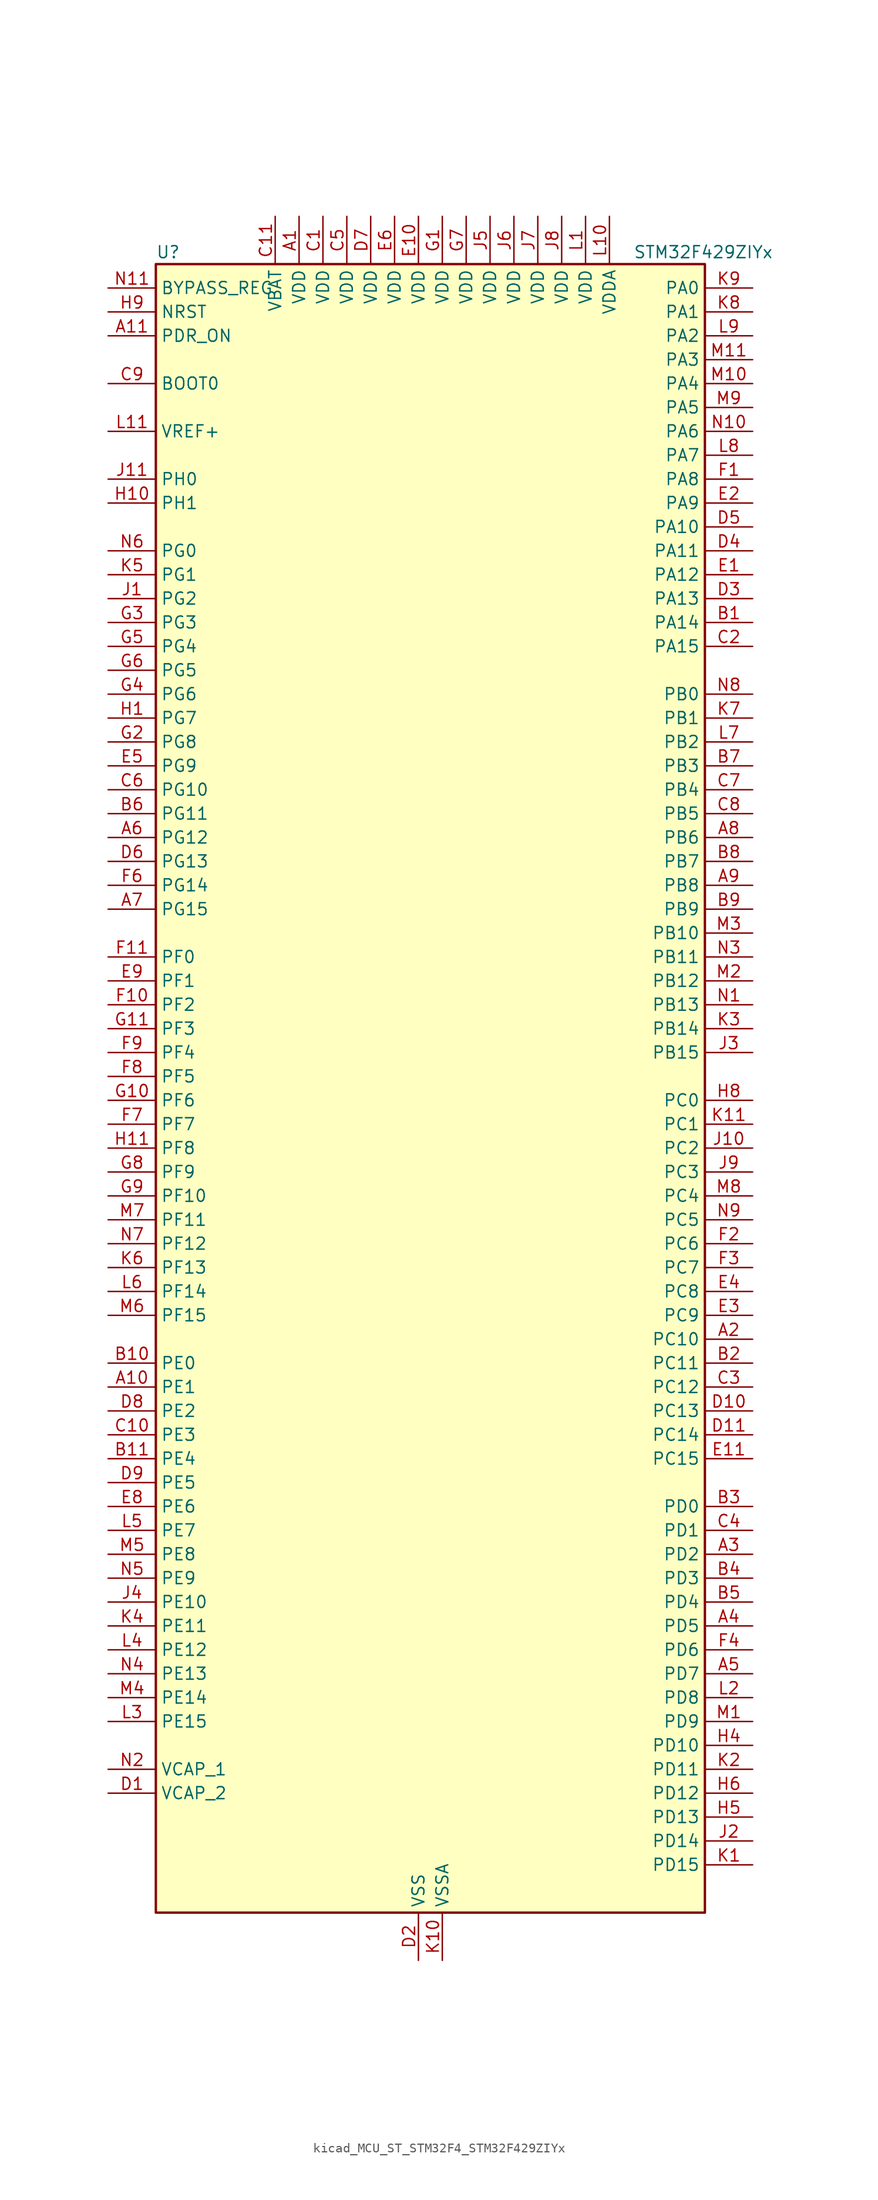
<source format=kicad_sym>
(kicad_symbol_lib
  (version 20220914)
  (generator kicad_symbol_editor)
  (symbol "kicad_MCU_ST_STM32F4_STM32F429ZIYx"
    (property "Reference" "U"
      (at -27.94 90.17 0)
      (effects (font (size 1.27 1.27)) (justify left)))
    (property "Value" "STM32F429ZIYx"
      (at 22.86 90.17 0)
      (effects (font (size 1.27 1.27)) (justify left)))
    (property "ki_locked" ""
      (at 0 0 0)
      (effects (font (size 1.27 1.27))))
    (symbol "kicad_MCU_ST_STM32F4_STM32F429ZIYx_0_1"
      (rectangle (start -27.94 -86.36) (end 30.48 88.9) (stroke (width 0.254) (type default)) (fill (type background))))
    (symbol "kicad_MCU_ST_STM32F4_STM32F429ZIYx_1_1"
      (pin power_in line (at -12.7 93.98 270) (length 5.08) (name "VDD" (effects (font (size 1.27 1.27)))) (number "A1" (effects (font (size 1.27 1.27)))))
      (pin bidirectional line (at -33.02 -30.48 0) (length 5.08) (name "PE1" (effects (font (size 1.27 1.27)))) (number "A10" (effects (font (size 1.27 1.27)))) (alternate "DCMI_D3" bidirectional line) (alternate "FMC_NBL1" bidirectional line) (alternate "UART8_TX" bidirectional line))
      (pin input line (at -33.02 81.28 0) (length 5.08) (name "PDR_ON" (effects (font (size 1.27 1.27)))) (number "A11" (effects (font (size 1.27 1.27)))))
      (pin bidirectional line (at 35.56 -25.4 180) (length 5.08) (name "PC10" (effects (font (size 1.27 1.27)))) (number "A2" (effects (font (size 1.27 1.27)))) (alternate "DCMI_D8" bidirectional line) (alternate "I2S3_CK" bidirectional line) (alternate "LTDC_R2" bidirectional line) (alternate "SDIO_D2" bidirectional line) (alternate "SPI3_SCK" bidirectional line) (alternate "UART4_TX" bidirectional line) (alternate "USART3_TX" bidirectional line))
      (pin bidirectional line (at 35.56 -48.26 180) (length 5.08) (name "PD2" (effects (font (size 1.27 1.27)))) (number "A3" (effects (font (size 1.27 1.27)))) (alternate "DCMI_D11" bidirectional line) (alternate "SDIO_CMD" bidirectional line) (alternate "TIM3_ETR" bidirectional line) (alternate "UART5_RX" bidirectional line))
      (pin bidirectional line (at 35.56 -55.88 180) (length 5.08) (name "PD5" (effects (font (size 1.27 1.27)))) (number "A4" (effects (font (size 1.27 1.27)))) (alternate "FMC_NWE" bidirectional line) (alternate "USART2_TX" bidirectional line))
      (pin bidirectional line (at 35.56 -60.96 180) (length 5.08) (name "PD7" (effects (font (size 1.27 1.27)))) (number "A5" (effects (font (size 1.27 1.27)))) (alternate "FMC_NCE2" bidirectional line) (alternate "FMC_NE1" bidirectional line) (alternate "USART2_CK" bidirectional line))
      (pin bidirectional line (at -33.02 27.94 0) (length 5.08) (name "PG12" (effects (font (size 1.27 1.27)))) (number "A6" (effects (font (size 1.27 1.27)))) (alternate "FMC_NE4" bidirectional line) (alternate "LTDC_B1" bidirectional line) (alternate "LTDC_B4" bidirectional line) (alternate "SPI6_MISO" bidirectional line) (alternate "USART6_RTS" bidirectional line))
      (pin bidirectional line (at -33.02 20.32 0) (length 5.08) (name "PG15" (effects (font (size 1.27 1.27)))) (number "A7" (effects (font (size 1.27 1.27)))) (alternate "ADC1_EXTI15" bidirectional line) (alternate "ADC2_EXTI15" bidirectional line) (alternate "ADC3_EXTI15" bidirectional line) (alternate "DCMI_D13" bidirectional line) (alternate "FMC_SDNCAS" bidirectional line) (alternate "USART6_CTS" bidirectional line))
      (pin bidirectional line (at 35.56 27.94 180) (length 5.08) (name "PB6" (effects (font (size 1.27 1.27)))) (number "A8" (effects (font (size 1.27 1.27)))) (alternate "CAN2_TX" bidirectional line) (alternate "DCMI_D5" bidirectional line) (alternate "FMC_SDNE1" bidirectional line) (alternate "I2C1_SCL" bidirectional line) (alternate "TIM4_CH1" bidirectional line) (alternate "USART1_TX" bidirectional line))
      (pin bidirectional line (at 35.56 22.86 180) (length 5.08) (name "PB8" (effects (font (size 1.27 1.27)))) (number "A9" (effects (font (size 1.27 1.27)))) (alternate "CAN1_RX" bidirectional line) (alternate "DCMI_D6" bidirectional line) (alternate "ETH_TXD3" bidirectional line) (alternate "I2C1_SCL" bidirectional line) (alternate "LTDC_B6" bidirectional line) (alternate "SDIO_D4" bidirectional line) (alternate "TIM10_CH1" bidirectional line) (alternate "TIM4_CH3" bidirectional line))
      (pin bidirectional line (at 35.56 50.8 180) (length 5.08) (name "PA14" (effects (font (size 1.27 1.27)))) (number "B1" (effects (font (size 1.27 1.27)))) (alternate "SYS_JTCK-SWCLK" bidirectional line))
      (pin bidirectional line (at -33.02 -27.94 0) (length 5.08) (name "PE0" (effects (font (size 1.27 1.27)))) (number "B10" (effects (font (size 1.27 1.27)))) (alternate "DCMI_D2" bidirectional line) (alternate "FMC_NBL0" bidirectional line) (alternate "TIM4_ETR" bidirectional line) (alternate "UART8_RX" bidirectional line))
      (pin bidirectional line (at -33.02 -38.1 0) (length 5.08) (name "PE4" (effects (font (size 1.27 1.27)))) (number "B11" (effects (font (size 1.27 1.27)))) (alternate "DCMI_D4" bidirectional line) (alternate "FMC_A20" bidirectional line) (alternate "LTDC_B0" bidirectional line) (alternate "SAI1_FS_A" bidirectional line) (alternate "SPI4_NSS" bidirectional line) (alternate "SYS_TRACED1" bidirectional line))
      (pin bidirectional line (at 35.56 -27.94 180) (length 5.08) (name "PC11" (effects (font (size 1.27 1.27)))) (number "B2" (effects (font (size 1.27 1.27)))) (alternate "ADC1_EXTI11" bidirectional line) (alternate "ADC2_EXTI11" bidirectional line) (alternate "ADC3_EXTI11" bidirectional line) (alternate "DCMI_D4" bidirectional line) (alternate "I2S3_ext_SD" bidirectional line) (alternate "SDIO_D3" bidirectional line) (alternate "SPI3_MISO" bidirectional line) (alternate "UART4_RX" bidirectional line) (alternate "USART3_RX" bidirectional line))
      (pin bidirectional line (at 35.56 -43.18 180) (length 5.08) (name "PD0" (effects (font (size 1.27 1.27)))) (number "B3" (effects (font (size 1.27 1.27)))) (alternate "CAN1_RX" bidirectional line) (alternate "FMC_D2" bidirectional line) (alternate "FMC_DA2" bidirectional line))
      (pin bidirectional line (at 35.56 -50.8 180) (length 5.08) (name "PD3" (effects (font (size 1.27 1.27)))) (number "B4" (effects (font (size 1.27 1.27)))) (alternate "DCMI_D5" bidirectional line) (alternate "FMC_CLK" bidirectional line) (alternate "I2S2_CK" bidirectional line) (alternate "LTDC_G7" bidirectional line) (alternate "SPI2_SCK" bidirectional line) (alternate "USART2_CTS" bidirectional line))
      (pin bidirectional line (at 35.56 -53.34 180) (length 5.08) (name "PD4" (effects (font (size 1.27 1.27)))) (number "B5" (effects (font (size 1.27 1.27)))) (alternate "FMC_NOE" bidirectional line) (alternate "USART2_RTS" bidirectional line))
      (pin bidirectional line (at -33.02 30.48 0) (length 5.08) (name "PG11" (effects (font (size 1.27 1.27)))) (number "B6" (effects (font (size 1.27 1.27)))) (alternate "ADC1_EXTI11" bidirectional line) (alternate "ADC2_EXTI11" bidirectional line) (alternate "ADC3_EXTI11" bidirectional line) (alternate "DCMI_D3" bidirectional line) (alternate "ETH_TX_EN" bidirectional line) (alternate "FMC_NCE4_2" bidirectional line) (alternate "LTDC_B3" bidirectional line))
      (pin bidirectional line (at 35.56 35.56 180) (length 5.08) (name "PB3" (effects (font (size 1.27 1.27)))) (number "B7" (effects (font (size 1.27 1.27)))) (alternate "I2S3_CK" bidirectional line) (alternate "SPI1_SCK" bidirectional line) (alternate "SPI3_SCK" bidirectional line) (alternate "SYS_JTDO-SWO" bidirectional line) (alternate "TIM2_CH2" bidirectional line))
      (pin bidirectional line (at 35.56 25.4 180) (length 5.08) (name "PB7" (effects (font (size 1.27 1.27)))) (number "B8" (effects (font (size 1.27 1.27)))) (alternate "DCMI_VSYNC" bidirectional line) (alternate "FMC_NL" bidirectional line) (alternate "I2C1_SDA" bidirectional line) (alternate "TIM4_CH2" bidirectional line) (alternate "USART1_RX" bidirectional line))
      (pin bidirectional line (at 35.56 20.32 180) (length 5.08) (name "PB9" (effects (font (size 1.27 1.27)))) (number "B9" (effects (font (size 1.27 1.27)))) (alternate "CAN1_TX" bidirectional line) (alternate "DAC_EXTI9" bidirectional line) (alternate "DCMI_D7" bidirectional line) (alternate "I2C1_SDA" bidirectional line) (alternate "I2S2_WS" bidirectional line) (alternate "LTDC_B7" bidirectional line) (alternate "SDIO_D5" bidirectional line) (alternate "SPI2_NSS" bidirectional line) (alternate "TIM11_CH1" bidirectional line) (alternate "TIM4_CH4" bidirectional line))
      (pin power_in line (at -10.16 93.98 270) (length 5.08) (name "VDD" (effects (font (size 1.27 1.27)))) (number "C1" (effects (font (size 1.27 1.27)))))
      (pin bidirectional line (at -33.02 -35.56 0) (length 5.08) (name "PE3" (effects (font (size 1.27 1.27)))) (number "C10" (effects (font (size 1.27 1.27)))) (alternate "FMC_A19" bidirectional line) (alternate "SAI1_SD_B" bidirectional line) (alternate "SYS_TRACED0" bidirectional line))
      (pin power_in line (at -15.24 93.98 270) (length 5.08) (name "VBAT" (effects (font (size 1.27 1.27)))) (number "C11" (effects (font (size 1.27 1.27)))))
      (pin bidirectional line (at 35.56 48.26 180) (length 5.08) (name "PA15" (effects (font (size 1.27 1.27)))) (number "C2" (effects (font (size 1.27 1.27)))) (alternate "ADC1_EXTI15" bidirectional line) (alternate "ADC2_EXTI15" bidirectional line) (alternate "ADC3_EXTI15" bidirectional line) (alternate "I2S3_WS" bidirectional line) (alternate "SPI1_NSS" bidirectional line) (alternate "SPI3_NSS" bidirectional line) (alternate "SYS_JTDI" bidirectional line) (alternate "TIM2_CH1" bidirectional line) (alternate "TIM2_ETR" bidirectional line))
      (pin bidirectional line (at 35.56 -30.48 180) (length 5.08) (name "PC12" (effects (font (size 1.27 1.27)))) (number "C3" (effects (font (size 1.27 1.27)))) (alternate "DCMI_D9" bidirectional line) (alternate "I2S3_SD" bidirectional line) (alternate "SDIO_CK" bidirectional line) (alternate "SPI3_MOSI" bidirectional line) (alternate "UART5_TX" bidirectional line) (alternate "USART3_CK" bidirectional line))
      (pin bidirectional line (at 35.56 -45.72 180) (length 5.08) (name "PD1" (effects (font (size 1.27 1.27)))) (number "C4" (effects (font (size 1.27 1.27)))) (alternate "CAN1_TX" bidirectional line) (alternate "FMC_D3" bidirectional line) (alternate "FMC_DA3" bidirectional line))
      (pin power_in line (at -7.62 93.98 270) (length 5.08) (name "VDD" (effects (font (size 1.27 1.27)))) (number "C5" (effects (font (size 1.27 1.27)))))
      (pin bidirectional line (at -33.02 33.02 0) (length 5.08) (name "PG10" (effects (font (size 1.27 1.27)))) (number "C6" (effects (font (size 1.27 1.27)))) (alternate "DCMI_D2" bidirectional line) (alternate "FMC_NCE4_1" bidirectional line) (alternate "FMC_NE3" bidirectional line) (alternate "LTDC_B2" bidirectional line) (alternate "LTDC_G3" bidirectional line))
      (pin bidirectional line (at 35.56 33.02 180) (length 5.08) (name "PB4" (effects (font (size 1.27 1.27)))) (number "C7" (effects (font (size 1.27 1.27)))) (alternate "I2S3_ext_SD" bidirectional line) (alternate "SPI1_MISO" bidirectional line) (alternate "SPI3_MISO" bidirectional line) (alternate "SYS_JTRST" bidirectional line) (alternate "TIM3_CH1" bidirectional line))
      (pin bidirectional line (at 35.56 30.48 180) (length 5.08) (name "PB5" (effects (font (size 1.27 1.27)))) (number "C8" (effects (font (size 1.27 1.27)))) (alternate "CAN2_RX" bidirectional line) (alternate "DCMI_D10" bidirectional line) (alternate "ETH_PPS_OUT" bidirectional line) (alternate "FMC_SDCKE1" bidirectional line) (alternate "I2C1_SMBA" bidirectional line) (alternate "I2S3_SD" bidirectional line) (alternate "SPI1_MOSI" bidirectional line) (alternate "SPI3_MOSI" bidirectional line) (alternate "TIM3_CH2" bidirectional line) (alternate "USB_OTG_HS_ULPI_D7" bidirectional line))
      (pin input line (at -33.02 76.2 0) (length 5.08) (name "BOOT0" (effects (font (size 1.27 1.27)))) (number "C9" (effects (font (size 1.27 1.27)))))
      (pin power_out line (at -33.02 -73.66 0) (length 5.08) (name "VCAP_2" (effects (font (size 1.27 1.27)))) (number "D1" (effects (font (size 1.27 1.27)))))
      (pin bidirectional line (at 35.56 -33.02 180) (length 5.08) (name "PC13" (effects (font (size 1.27 1.27)))) (number "D10" (effects (font (size 1.27 1.27)))) (alternate "RTC_AF1" bidirectional line))
      (pin bidirectional line (at 35.56 -35.56 180) (length 5.08) (name "PC14" (effects (font (size 1.27 1.27)))) (number "D11" (effects (font (size 1.27 1.27)))) (alternate "RCC_OSC32_IN" bidirectional line))
      (pin power_in line (at 0 -91.44 90) (length 5.08) (name "VSS" (effects (font (size 1.27 1.27)))) (number "D2" (effects (font (size 1.27 1.27)))))
      (pin bidirectional line (at 35.56 53.34 180) (length 5.08) (name "PA13" (effects (font (size 1.27 1.27)))) (number "D3" (effects (font (size 1.27 1.27)))) (alternate "SYS_JTMS-SWDIO" bidirectional line))
      (pin bidirectional line (at 35.56 58.42 180) (length 5.08) (name "PA11" (effects (font (size 1.27 1.27)))) (number "D4" (effects (font (size 1.27 1.27)))) (alternate "ADC1_EXTI11" bidirectional line) (alternate "ADC2_EXTI11" bidirectional line) (alternate "ADC3_EXTI11" bidirectional line) (alternate "CAN1_RX" bidirectional line) (alternate "LTDC_R4" bidirectional line) (alternate "TIM1_CH4" bidirectional line) (alternate "USART1_CTS" bidirectional line) (alternate "USB_OTG_FS_DM" bidirectional line))
      (pin bidirectional line (at 35.56 60.96 180) (length 5.08) (name "PA10" (effects (font (size 1.27 1.27)))) (number "D5" (effects (font (size 1.27 1.27)))) (alternate "DCMI_D1" bidirectional line) (alternate "TIM1_CH3" bidirectional line) (alternate "USART1_RX" bidirectional line) (alternate "USB_OTG_FS_ID" bidirectional line))
      (pin bidirectional line (at -33.02 25.4 0) (length 5.08) (name "PG13" (effects (font (size 1.27 1.27)))) (number "D6" (effects (font (size 1.27 1.27)))) (alternate "ETH_TXD0" bidirectional line) (alternate "FMC_A24" bidirectional line) (alternate "SPI6_SCK" bidirectional line) (alternate "USART6_CTS" bidirectional line))
      (pin power_in line (at -5.08 93.98 270) (length 5.08) (name "VDD" (effects (font (size 1.27 1.27)))) (number "D7" (effects (font (size 1.27 1.27)))))
      (pin bidirectional line (at -33.02 -33.02 0) (length 5.08) (name "PE2" (effects (font (size 1.27 1.27)))) (number "D8" (effects (font (size 1.27 1.27)))) (alternate "ETH_TXD3" bidirectional line) (alternate "FMC_A23" bidirectional line) (alternate "SAI1_MCLK_A" bidirectional line) (alternate "SPI4_SCK" bidirectional line) (alternate "SYS_TRACECLK" bidirectional line))
      (pin bidirectional line (at -33.02 -40.64 0) (length 5.08) (name "PE5" (effects (font (size 1.27 1.27)))) (number "D9" (effects (font (size 1.27 1.27)))) (alternate "DCMI_D6" bidirectional line) (alternate "FMC_A21" bidirectional line) (alternate "LTDC_G0" bidirectional line) (alternate "SAI1_SCK_A" bidirectional line) (alternate "SPI4_MISO" bidirectional line) (alternate "SYS_TRACED2" bidirectional line) (alternate "TIM9_CH1" bidirectional line))
      (pin bidirectional line (at 35.56 55.88 180) (length 5.08) (name "PA12" (effects (font (size 1.27 1.27)))) (number "E1" (effects (font (size 1.27 1.27)))) (alternate "CAN1_TX" bidirectional line) (alternate "LTDC_R5" bidirectional line) (alternate "TIM1_ETR" bidirectional line) (alternate "USART1_RTS" bidirectional line) (alternate "USB_OTG_FS_DP" bidirectional line))
      (pin power_in line (at 0 93.98 270) (length 5.08) (name "VDD" (effects (font (size 1.27 1.27)))) (number "E10" (effects (font (size 1.27 1.27)))))
      (pin bidirectional line (at 35.56 -38.1 180) (length 5.08) (name "PC15" (effects (font (size 1.27 1.27)))) (number "E11" (effects (font (size 1.27 1.27)))) (alternate "ADC1_EXTI15" bidirectional line) (alternate "ADC2_EXTI15" bidirectional line) (alternate "ADC3_EXTI15" bidirectional line) (alternate "RCC_OSC32_OUT" bidirectional line))
      (pin bidirectional line (at 35.56 63.5 180) (length 5.08) (name "PA9" (effects (font (size 1.27 1.27)))) (number "E2" (effects (font (size 1.27 1.27)))) (alternate "DAC_EXTI9" bidirectional line) (alternate "DCMI_D0" bidirectional line) (alternate "I2C3_SMBA" bidirectional line) (alternate "TIM1_CH2" bidirectional line) (alternate "USART1_TX" bidirectional line) (alternate "USB_OTG_FS_VBUS" bidirectional line))
      (pin bidirectional line (at 35.56 -22.86 180) (length 5.08) (name "PC9" (effects (font (size 1.27 1.27)))) (number "E3" (effects (font (size 1.27 1.27)))) (alternate "DAC_EXTI9" bidirectional line) (alternate "DCMI_D3" bidirectional line) (alternate "I2C3_SDA" bidirectional line) (alternate "I2S_CKIN" bidirectional line) (alternate "RCC_MCO_2" bidirectional line) (alternate "SDIO_D1" bidirectional line) (alternate "TIM3_CH4" bidirectional line) (alternate "TIM8_CH4" bidirectional line))
      (pin bidirectional line (at 35.56 -20.32 180) (length 5.08) (name "PC8" (effects (font (size 1.27 1.27)))) (number "E4" (effects (font (size 1.27 1.27)))) (alternate "DCMI_D2" bidirectional line) (alternate "SDIO_D0" bidirectional line) (alternate "TIM3_CH3" bidirectional line) (alternate "TIM8_CH3" bidirectional line) (alternate "USART6_CK" bidirectional line))
      (pin bidirectional line (at -33.02 35.56 0) (length 5.08) (name "PG9" (effects (font (size 1.27 1.27)))) (number "E5" (effects (font (size 1.27 1.27)))) (alternate "DAC_EXTI9" bidirectional line) (alternate "DCMI_VSYNC" bidirectional line) (alternate "FMC_NCE3" bidirectional line) (alternate "FMC_NE2" bidirectional line) (alternate "USART6_RX" bidirectional line))
      (pin power_in line (at -2.54 93.98 270) (length 5.08) (name "VDD" (effects (font (size 1.27 1.27)))) (number "E6" (effects (font (size 1.27 1.27)))))
      (pin passive line (at 0 -91.44 90) (length 5.08) hide (name "VSS" (effects (font (size 1.27 1.27)))) (number "E7" (effects (font (size 1.27 1.27)))))
      (pin bidirectional line (at -33.02 -43.18 0) (length 5.08) (name "PE6" (effects (font (size 1.27 1.27)))) (number "E8" (effects (font (size 1.27 1.27)))) (alternate "DCMI_D7" bidirectional line) (alternate "FMC_A22" bidirectional line) (alternate "LTDC_G1" bidirectional line) (alternate "SAI1_SD_A" bidirectional line) (alternate "SPI4_MOSI" bidirectional line) (alternate "SYS_TRACED3" bidirectional line) (alternate "TIM9_CH2" bidirectional line))
      (pin bidirectional line (at -33.02 12.7 0) (length 5.08) (name "PF1" (effects (font (size 1.27 1.27)))) (number "E9" (effects (font (size 1.27 1.27)))) (alternate "FMC_A1" bidirectional line) (alternate "I2C2_SCL" bidirectional line))
      (pin bidirectional line (at 35.56 66.04 180) (length 5.08) (name "PA8" (effects (font (size 1.27 1.27)))) (number "F1" (effects (font (size 1.27 1.27)))) (alternate "I2C3_SCL" bidirectional line) (alternate "LTDC_R6" bidirectional line) (alternate "RCC_MCO_1" bidirectional line) (alternate "TIM1_CH1" bidirectional line) (alternate "USART1_CK" bidirectional line) (alternate "USB_OTG_FS_SOF" bidirectional line))
      (pin bidirectional line (at -33.02 10.16 0) (length 5.08) (name "PF2" (effects (font (size 1.27 1.27)))) (number "F10" (effects (font (size 1.27 1.27)))) (alternate "FMC_A2" bidirectional line) (alternate "I2C2_SMBA" bidirectional line))
      (pin bidirectional line (at -33.02 15.24 0) (length 5.08) (name "PF0" (effects (font (size 1.27 1.27)))) (number "F11" (effects (font (size 1.27 1.27)))) (alternate "FMC_A0" bidirectional line) (alternate "I2C2_SDA" bidirectional line))
      (pin bidirectional line (at 35.56 -15.24 180) (length 5.08) (name "PC6" (effects (font (size 1.27 1.27)))) (number "F2" (effects (font (size 1.27 1.27)))) (alternate "DCMI_D0" bidirectional line) (alternate "I2S2_MCK" bidirectional line) (alternate "LTDC_HSYNC" bidirectional line) (alternate "SDIO_D6" bidirectional line) (alternate "TIM3_CH1" bidirectional line) (alternate "TIM8_CH1" bidirectional line) (alternate "USART6_TX" bidirectional line))
      (pin bidirectional line (at 35.56 -17.78 180) (length 5.08) (name "PC7" (effects (font (size 1.27 1.27)))) (number "F3" (effects (font (size 1.27 1.27)))) (alternate "DCMI_D1" bidirectional line) (alternate "I2S3_MCK" bidirectional line) (alternate "LTDC_G6" bidirectional line) (alternate "SDIO_D7" bidirectional line) (alternate "TIM3_CH2" bidirectional line) (alternate "TIM8_CH2" bidirectional line) (alternate "USART6_RX" bidirectional line))
      (pin bidirectional line (at 35.56 -58.42 180) (length 5.08) (name "PD6" (effects (font (size 1.27 1.27)))) (number "F4" (effects (font (size 1.27 1.27)))) (alternate "DCMI_D10" bidirectional line) (alternate "FMC_NWAIT" bidirectional line) (alternate "I2S3_SD" bidirectional line) (alternate "LTDC_B2" bidirectional line) (alternate "SAI1_SD_A" bidirectional line) (alternate "SPI3_MOSI" bidirectional line) (alternate "USART2_RX" bidirectional line))
      (pin passive line (at 0 -91.44 90) (length 5.08) hide (name "VSS" (effects (font (size 1.27 1.27)))) (number "F5" (effects (font (size 1.27 1.27)))))
      (pin bidirectional line (at -33.02 22.86 0) (length 5.08) (name "PG14" (effects (font (size 1.27 1.27)))) (number "F6" (effects (font (size 1.27 1.27)))) (alternate "ETH_TXD1" bidirectional line) (alternate "FMC_A25" bidirectional line) (alternate "SPI6_MOSI" bidirectional line) (alternate "USART6_TX" bidirectional line))
      (pin bidirectional line (at -33.02 -2.54 0) (length 5.08) (name "PF7" (effects (font (size 1.27 1.27)))) (number "F7" (effects (font (size 1.27 1.27)))) (alternate "ADC3_IN5" bidirectional line) (alternate "FMC_NREG" bidirectional line) (alternate "SAI1_MCLK_B" bidirectional line) (alternate "SPI5_SCK" bidirectional line) (alternate "TIM11_CH1" bidirectional line) (alternate "UART7_TX" bidirectional line))
      (pin bidirectional line (at -33.02 2.54 0) (length 5.08) (name "PF5" (effects (font (size 1.27 1.27)))) (number "F8" (effects (font (size 1.27 1.27)))) (alternate "ADC3_IN15" bidirectional line) (alternate "FMC_A5" bidirectional line))
      (pin bidirectional line (at -33.02 5.08 0) (length 5.08) (name "PF4" (effects (font (size 1.27 1.27)))) (number "F9" (effects (font (size 1.27 1.27)))) (alternate "ADC3_IN14" bidirectional line) (alternate "FMC_A4" bidirectional line))
      (pin power_in line (at 2.54 93.98 270) (length 5.08) (name "VDD" (effects (font (size 1.27 1.27)))) (number "G1" (effects (font (size 1.27 1.27)))))
      (pin bidirectional line (at -33.02 0 0) (length 5.08) (name "PF6" (effects (font (size 1.27 1.27)))) (number "G10" (effects (font (size 1.27 1.27)))) (alternate "ADC3_IN4" bidirectional line) (alternate "FMC_NIORD" bidirectional line) (alternate "SAI1_SD_B" bidirectional line) (alternate "SPI5_NSS" bidirectional line) (alternate "TIM10_CH1" bidirectional line) (alternate "UART7_RX" bidirectional line))
      (pin bidirectional line (at -33.02 7.62 0) (length 5.08) (name "PF3" (effects (font (size 1.27 1.27)))) (number "G11" (effects (font (size 1.27 1.27)))) (alternate "ADC3_IN9" bidirectional line) (alternate "FMC_A3" bidirectional line))
      (pin bidirectional line (at -33.02 38.1 0) (length 5.08) (name "PG8" (effects (font (size 1.27 1.27)))) (number "G2" (effects (font (size 1.27 1.27)))) (alternate "ETH_PPS_OUT" bidirectional line) (alternate "FMC_SDCLK" bidirectional line) (alternate "SPI6_NSS" bidirectional line) (alternate "USART6_RTS" bidirectional line))
      (pin bidirectional line (at -33.02 50.8 0) (length 5.08) (name "PG3" (effects (font (size 1.27 1.27)))) (number "G3" (effects (font (size 1.27 1.27)))) (alternate "FMC_A13" bidirectional line))
      (pin bidirectional line (at -33.02 43.18 0) (length 5.08) (name "PG6" (effects (font (size 1.27 1.27)))) (number "G4" (effects (font (size 1.27 1.27)))) (alternate "DCMI_D12" bidirectional line) (alternate "FMC_INT2" bidirectional line) (alternate "LTDC_R7" bidirectional line))
      (pin bidirectional line (at -33.02 48.26 0) (length 5.08) (name "PG4" (effects (font (size 1.27 1.27)))) (number "G5" (effects (font (size 1.27 1.27)))) (alternate "FMC_A14" bidirectional line) (alternate "FMC_BA0" bidirectional line))
      (pin bidirectional line (at -33.02 45.72 0) (length 5.08) (name "PG5" (effects (font (size 1.27 1.27)))) (number "G6" (effects (font (size 1.27 1.27)))) (alternate "FMC_A15" bidirectional line) (alternate "FMC_BA1" bidirectional line))
      (pin power_in line (at 5.08 93.98 270) (length 5.08) (name "VDD" (effects (font (size 1.27 1.27)))) (number "G7" (effects (font (size 1.27 1.27)))))
      (pin bidirectional line (at -33.02 -7.62 0) (length 5.08) (name "PF9" (effects (font (size 1.27 1.27)))) (number "G8" (effects (font (size 1.27 1.27)))) (alternate "ADC3_IN7" bidirectional line) (alternate "DAC_EXTI9" bidirectional line) (alternate "FMC_CD" bidirectional line) (alternate "SAI1_FS_B" bidirectional line) (alternate "SPI5_MOSI" bidirectional line) (alternate "TIM14_CH1" bidirectional line))
      (pin bidirectional line (at -33.02 -10.16 0) (length 5.08) (name "PF10" (effects (font (size 1.27 1.27)))) (number "G9" (effects (font (size 1.27 1.27)))) (alternate "ADC3_IN8" bidirectional line) (alternate "DCMI_D11" bidirectional line) (alternate "FMC_INTR" bidirectional line) (alternate "LTDC_DE" bidirectional line))
      (pin bidirectional line (at -33.02 40.64 0) (length 5.08) (name "PG7" (effects (font (size 1.27 1.27)))) (number "H1" (effects (font (size 1.27 1.27)))) (alternate "DCMI_D13" bidirectional line) (alternate "FMC_INT3" bidirectional line) (alternate "LTDC_CLK" bidirectional line) (alternate "USART6_CK" bidirectional line))
      (pin bidirectional line (at -33.02 63.5 0) (length 5.08) (name "PH1" (effects (font (size 1.27 1.27)))) (number "H10" (effects (font (size 1.27 1.27)))) (alternate "RCC_OSC_OUT" bidirectional line))
      (pin bidirectional line (at -33.02 -5.08 0) (length 5.08) (name "PF8" (effects (font (size 1.27 1.27)))) (number "H11" (effects (font (size 1.27 1.27)))) (alternate "ADC3_IN6" bidirectional line) (alternate "FMC_NIOWR" bidirectional line) (alternate "SAI1_SCK_B" bidirectional line) (alternate "SPI5_MISO" bidirectional line) (alternate "TIM13_CH1" bidirectional line))
      (pin passive line (at 0 -91.44 90) (length 5.08) hide (name "VSS" (effects (font (size 1.27 1.27)))) (number "H2" (effects (font (size 1.27 1.27)))))
      (pin passive line (at 0 -91.44 90) (length 5.08) hide (name "VSS" (effects (font (size 1.27 1.27)))) (number "H3" (effects (font (size 1.27 1.27)))))
      (pin bidirectional line (at 35.56 -68.58 180) (length 5.08) (name "PD10" (effects (font (size 1.27 1.27)))) (number "H4" (effects (font (size 1.27 1.27)))) (alternate "FMC_D15" bidirectional line) (alternate "FMC_DA15" bidirectional line) (alternate "LTDC_B3" bidirectional line) (alternate "USART3_CK" bidirectional line))
      (pin bidirectional line (at 35.56 -76.2 180) (length 5.08) (name "PD13" (effects (font (size 1.27 1.27)))) (number "H5" (effects (font (size 1.27 1.27)))) (alternate "FMC_A18" bidirectional line) (alternate "TIM4_CH2" bidirectional line))
      (pin bidirectional line (at 35.56 -73.66 180) (length 5.08) (name "PD12" (effects (font (size 1.27 1.27)))) (number "H6" (effects (font (size 1.27 1.27)))) (alternate "FMC_A17" bidirectional line) (alternate "FMC_ALE" bidirectional line) (alternate "TIM4_CH1" bidirectional line) (alternate "USART3_RTS" bidirectional line))
      (pin passive line (at 0 -91.44 90) (length 5.08) hide (name "VSS" (effects (font (size 1.27 1.27)))) (number "H7" (effects (font (size 1.27 1.27)))))
      (pin bidirectional line (at 35.56 0 180) (length 5.08) (name "PC0" (effects (font (size 1.27 1.27)))) (number "H8" (effects (font (size 1.27 1.27)))) (alternate "ADC1_IN10" bidirectional line) (alternate "ADC2_IN10" bidirectional line) (alternate "ADC3_IN10" bidirectional line) (alternate "FMC_SDNWE" bidirectional line) (alternate "USB_OTG_HS_ULPI_STP" bidirectional line))
      (pin input line (at -33.02 83.82 0) (length 5.08) (name "NRST" (effects (font (size 1.27 1.27)))) (number "H9" (effects (font (size 1.27 1.27)))))
      (pin bidirectional line (at -33.02 53.34 0) (length 5.08) (name "PG2" (effects (font (size 1.27 1.27)))) (number "J1" (effects (font (size 1.27 1.27)))) (alternate "FMC_A12" bidirectional line))
      (pin bidirectional line (at 35.56 -5.08 180) (length 5.08) (name "PC2" (effects (font (size 1.27 1.27)))) (number "J10" (effects (font (size 1.27 1.27)))) (alternate "ADC1_IN12" bidirectional line) (alternate "ADC2_IN12" bidirectional line) (alternate "ADC3_IN12" bidirectional line) (alternate "ETH_TXD2" bidirectional line) (alternate "FMC_SDNE0" bidirectional line) (alternate "I2S2_ext_SD" bidirectional line) (alternate "SPI2_MISO" bidirectional line) (alternate "USB_OTG_HS_ULPI_DIR" bidirectional line))
      (pin bidirectional line (at -33.02 66.04 0) (length 5.08) (name "PH0" (effects (font (size 1.27 1.27)))) (number "J11" (effects (font (size 1.27 1.27)))) (alternate "RCC_OSC_IN" bidirectional line))
      (pin bidirectional line (at 35.56 -78.74 180) (length 5.08) (name "PD14" (effects (font (size 1.27 1.27)))) (number "J2" (effects (font (size 1.27 1.27)))) (alternate "FMC_D0" bidirectional line) (alternate "FMC_DA0" bidirectional line) (alternate "TIM4_CH3" bidirectional line))
      (pin bidirectional line (at 35.56 5.08 180) (length 5.08) (name "PB15" (effects (font (size 1.27 1.27)))) (number "J3" (effects (font (size 1.27 1.27)))) (alternate "ADC1_EXTI15" bidirectional line) (alternate "ADC2_EXTI15" bidirectional line) (alternate "ADC3_EXTI15" bidirectional line) (alternate "I2S2_SD" bidirectional line) (alternate "RTC_REFIN" bidirectional line) (alternate "SPI2_MOSI" bidirectional line) (alternate "TIM12_CH2" bidirectional line) (alternate "TIM1_CH3N" bidirectional line) (alternate "TIM8_CH3N" bidirectional line) (alternate "USB_OTG_HS_DP" bidirectional line))
      (pin bidirectional line (at -33.02 -53.34 0) (length 5.08) (name "PE10" (effects (font (size 1.27 1.27)))) (number "J4" (effects (font (size 1.27 1.27)))) (alternate "FMC_D7" bidirectional line) (alternate "FMC_DA7" bidirectional line) (alternate "TIM1_CH2N" bidirectional line))
      (pin power_in line (at 7.62 93.98 270) (length 5.08) (name "VDD" (effects (font (size 1.27 1.27)))) (number "J5" (effects (font (size 1.27 1.27)))))
      (pin power_in line (at 10.16 93.98 270) (length 5.08) (name "VDD" (effects (font (size 1.27 1.27)))) (number "J6" (effects (font (size 1.27 1.27)))))
      (pin power_in line (at 12.7 93.98 270) (length 5.08) (name "VDD" (effects (font (size 1.27 1.27)))) (number "J7" (effects (font (size 1.27 1.27)))))
      (pin power_in line (at 15.24 93.98 270) (length 5.08) (name "VDD" (effects (font (size 1.27 1.27)))) (number "J8" (effects (font (size 1.27 1.27)))))
      (pin bidirectional line (at 35.56 -7.62 180) (length 5.08) (name "PC3" (effects (font (size 1.27 1.27)))) (number "J9" (effects (font (size 1.27 1.27)))) (alternate "ADC1_IN13" bidirectional line) (alternate "ADC2_IN13" bidirectional line) (alternate "ADC3_IN13" bidirectional line) (alternate "ETH_TX_CLK" bidirectional line) (alternate "FMC_SDCKE0" bidirectional line) (alternate "I2S2_SD" bidirectional line) (alternate "SPI2_MOSI" bidirectional line) (alternate "USB_OTG_HS_ULPI_NXT" bidirectional line))
      (pin bidirectional line (at 35.56 -81.28 180) (length 5.08) (name "PD15" (effects (font (size 1.27 1.27)))) (number "K1" (effects (font (size 1.27 1.27)))) (alternate "ADC1_EXTI15" bidirectional line) (alternate "ADC2_EXTI15" bidirectional line) (alternate "ADC3_EXTI15" bidirectional line) (alternate "FMC_D1" bidirectional line) (alternate "FMC_DA1" bidirectional line) (alternate "TIM4_CH4" bidirectional line))
      (pin power_in line (at 2.54 -91.44 90) (length 5.08) (name "VSSA" (effects (font (size 1.27 1.27)))) (number "K10" (effects (font (size 1.27 1.27)))))
      (pin bidirectional line (at 35.56 -2.54 180) (length 5.08) (name "PC1" (effects (font (size 1.27 1.27)))) (number "K11" (effects (font (size 1.27 1.27)))) (alternate "ADC1_IN11" bidirectional line) (alternate "ADC2_IN11" bidirectional line) (alternate "ADC3_IN11" bidirectional line) (alternate "ETH_MDC" bidirectional line))
      (pin bidirectional line (at 35.56 -71.12 180) (length 5.08) (name "PD11" (effects (font (size 1.27 1.27)))) (number "K2" (effects (font (size 1.27 1.27)))) (alternate "ADC1_EXTI11" bidirectional line) (alternate "ADC2_EXTI11" bidirectional line) (alternate "ADC3_EXTI11" bidirectional line) (alternate "FMC_A16" bidirectional line) (alternate "FMC_CLE" bidirectional line) (alternate "USART3_CTS" bidirectional line))
      (pin bidirectional line (at 35.56 7.62 180) (length 5.08) (name "PB14" (effects (font (size 1.27 1.27)))) (number "K3" (effects (font (size 1.27 1.27)))) (alternate "I2S2_ext_SD" bidirectional line) (alternate "SPI2_MISO" bidirectional line) (alternate "TIM12_CH1" bidirectional line) (alternate "TIM1_CH2N" bidirectional line) (alternate "TIM8_CH2N" bidirectional line) (alternate "USART3_RTS" bidirectional line) (alternate "USB_OTG_HS_DM" bidirectional line))
      (pin bidirectional line (at -33.02 -55.88 0) (length 5.08) (name "PE11" (effects (font (size 1.27 1.27)))) (number "K4" (effects (font (size 1.27 1.27)))) (alternate "ADC1_EXTI11" bidirectional line) (alternate "ADC2_EXTI11" bidirectional line) (alternate "ADC3_EXTI11" bidirectional line) (alternate "FMC_D8" bidirectional line) (alternate "FMC_DA8" bidirectional line) (alternate "LTDC_G3" bidirectional line) (alternate "SPI4_NSS" bidirectional line) (alternate "TIM1_CH2" bidirectional line))
      (pin bidirectional line (at -33.02 55.88 0) (length 5.08) (name "PG1" (effects (font (size 1.27 1.27)))) (number "K5" (effects (font (size 1.27 1.27)))) (alternate "FMC_A11" bidirectional line))
      (pin bidirectional line (at -33.02 -17.78 0) (length 5.08) (name "PF13" (effects (font (size 1.27 1.27)))) (number "K6" (effects (font (size 1.27 1.27)))) (alternate "FMC_A7" bidirectional line))
      (pin bidirectional line (at 35.56 40.64 180) (length 5.08) (name "PB1" (effects (font (size 1.27 1.27)))) (number "K7" (effects (font (size 1.27 1.27)))) (alternate "ADC1_IN9" bidirectional line) (alternate "ADC2_IN9" bidirectional line) (alternate "ETH_RXD3" bidirectional line) (alternate "LTDC_R6" bidirectional line) (alternate "TIM1_CH3N" bidirectional line) (alternate "TIM3_CH4" bidirectional line) (alternate "TIM8_CH3N" bidirectional line) (alternate "USB_OTG_HS_ULPI_D2" bidirectional line))
      (pin bidirectional line (at 35.56 83.82 180) (length 5.08) (name "PA1" (effects (font (size 1.27 1.27)))) (number "K8" (effects (font (size 1.27 1.27)))) (alternate "ADC1_IN1" bidirectional line) (alternate "ADC2_IN1" bidirectional line) (alternate "ADC3_IN1" bidirectional line) (alternate "ETH_REF_CLK" bidirectional line) (alternate "ETH_RX_CLK" bidirectional line) (alternate "TIM2_CH2" bidirectional line) (alternate "TIM5_CH2" bidirectional line) (alternate "UART4_RX" bidirectional line) (alternate "USART2_RTS" bidirectional line))
      (pin bidirectional line (at 35.56 86.36 180) (length 5.08) (name "PA0" (effects (font (size 1.27 1.27)))) (number "K9" (effects (font (size 1.27 1.27)))) (alternate "ADC1_IN0" bidirectional line) (alternate "ADC2_IN0" bidirectional line) (alternate "ADC3_IN0" bidirectional line) (alternate "ETH_CRS" bidirectional line) (alternate "SYS_WKUP" bidirectional line) (alternate "TIM2_CH1" bidirectional line) (alternate "TIM2_ETR" bidirectional line) (alternate "TIM5_CH1" bidirectional line) (alternate "TIM8_ETR" bidirectional line) (alternate "UART4_TX" bidirectional line) (alternate "USART2_CTS" bidirectional line))
      (pin power_in line (at 17.78 93.98 270) (length 5.08) (name "VDD" (effects (font (size 1.27 1.27)))) (number "L1" (effects (font (size 1.27 1.27)))))
      (pin power_in line (at 20.32 93.98 270) (length 5.08) (name "VDDA" (effects (font (size 1.27 1.27)))) (number "L10" (effects (font (size 1.27 1.27)))))
      (pin input line (at -33.02 71.12 0) (length 5.08) (name "VREF+" (effects (font (size 1.27 1.27)))) (number "L11" (effects (font (size 1.27 1.27)))))
      (pin bidirectional line (at 35.56 -63.5 180) (length 5.08) (name "PD8" (effects (font (size 1.27 1.27)))) (number "L2" (effects (font (size 1.27 1.27)))) (alternate "FMC_D13" bidirectional line) (alternate "FMC_DA13" bidirectional line) (alternate "USART3_TX" bidirectional line))
      (pin bidirectional line (at -33.02 -66.04 0) (length 5.08) (name "PE15" (effects (font (size 1.27 1.27)))) (number "L3" (effects (font (size 1.27 1.27)))) (alternate "ADC1_EXTI15" bidirectional line) (alternate "ADC2_EXTI15" bidirectional line) (alternate "ADC3_EXTI15" bidirectional line) (alternate "FMC_D12" bidirectional line) (alternate "FMC_DA12" bidirectional line) (alternate "LTDC_R7" bidirectional line) (alternate "TIM1_BKIN" bidirectional line))
      (pin bidirectional line (at -33.02 -58.42 0) (length 5.08) (name "PE12" (effects (font (size 1.27 1.27)))) (number "L4" (effects (font (size 1.27 1.27)))) (alternate "FMC_D9" bidirectional line) (alternate "FMC_DA9" bidirectional line) (alternate "LTDC_B4" bidirectional line) (alternate "SPI4_SCK" bidirectional line) (alternate "TIM1_CH3N" bidirectional line))
      (pin bidirectional line (at -33.02 -45.72 0) (length 5.08) (name "PE7" (effects (font (size 1.27 1.27)))) (number "L5" (effects (font (size 1.27 1.27)))) (alternate "FMC_D4" bidirectional line) (alternate "FMC_DA4" bidirectional line) (alternate "TIM1_ETR" bidirectional line) (alternate "UART7_RX" bidirectional line))
      (pin bidirectional line (at -33.02 -20.32 0) (length 5.08) (name "PF14" (effects (font (size 1.27 1.27)))) (number "L6" (effects (font (size 1.27 1.27)))) (alternate "FMC_A8" bidirectional line))
      (pin bidirectional line (at 35.56 38.1 180) (length 5.08) (name "PB2" (effects (font (size 1.27 1.27)))) (number "L7" (effects (font (size 1.27 1.27)))))
      (pin bidirectional line (at 35.56 68.58 180) (length 5.08) (name "PA7" (effects (font (size 1.27 1.27)))) (number "L8" (effects (font (size 1.27 1.27)))) (alternate "ADC1_IN7" bidirectional line) (alternate "ADC2_IN7" bidirectional line) (alternate "ETH_CRS_DV" bidirectional line) (alternate "ETH_RX_DV" bidirectional line) (alternate "SPI1_MOSI" bidirectional line) (alternate "TIM14_CH1" bidirectional line) (alternate "TIM1_CH1N" bidirectional line) (alternate "TIM3_CH2" bidirectional line) (alternate "TIM8_CH1N" bidirectional line))
      (pin bidirectional line (at 35.56 81.28 180) (length 5.08) (name "PA2" (effects (font (size 1.27 1.27)))) (number "L9" (effects (font (size 1.27 1.27)))) (alternate "ADC1_IN2" bidirectional line) (alternate "ADC2_IN2" bidirectional line) (alternate "ADC3_IN2" bidirectional line) (alternate "ETH_MDIO" bidirectional line) (alternate "TIM2_CH3" bidirectional line) (alternate "TIM5_CH3" bidirectional line) (alternate "TIM9_CH1" bidirectional line) (alternate "USART2_TX" bidirectional line))
      (pin bidirectional line (at 35.56 -66.04 180) (length 5.08) (name "PD9" (effects (font (size 1.27 1.27)))) (number "M1" (effects (font (size 1.27 1.27)))) (alternate "DAC_EXTI9" bidirectional line) (alternate "FMC_D14" bidirectional line) (alternate "FMC_DA14" bidirectional line) (alternate "USART3_RX" bidirectional line))
      (pin bidirectional line (at 35.56 76.2 180) (length 5.08) (name "PA4" (effects (font (size 1.27 1.27)))) (number "M10" (effects (font (size 1.27 1.27)))) (alternate "ADC1_IN4" bidirectional line) (alternate "ADC2_IN4" bidirectional line) (alternate "DAC_OUT1" bidirectional line) (alternate "DCMI_HSYNC" bidirectional line) (alternate "I2S3_WS" bidirectional line) (alternate "LTDC_VSYNC" bidirectional line) (alternate "SPI1_NSS" bidirectional line) (alternate "SPI3_NSS" bidirectional line) (alternate "USART2_CK" bidirectional line) (alternate "USB_OTG_HS_SOF" bidirectional line))
      (pin bidirectional line (at 35.56 78.74 180) (length 5.08) (name "PA3" (effects (font (size 1.27 1.27)))) (number "M11" (effects (font (size 1.27 1.27)))) (alternate "ADC1_IN3" bidirectional line) (alternate "ADC2_IN3" bidirectional line) (alternate "ADC3_IN3" bidirectional line) (alternate "ETH_COL" bidirectional line) (alternate "LTDC_B5" bidirectional line) (alternate "TIM2_CH4" bidirectional line) (alternate "TIM5_CH4" bidirectional line) (alternate "TIM9_CH2" bidirectional line) (alternate "USART2_RX" bidirectional line) (alternate "USB_OTG_HS_ULPI_D0" bidirectional line))
      (pin bidirectional line (at 35.56 12.7 180) (length 5.08) (name "PB12" (effects (font (size 1.27 1.27)))) (number "M2" (effects (font (size 1.27 1.27)))) (alternate "CAN2_RX" bidirectional line) (alternate "ETH_TXD0" bidirectional line) (alternate "I2C2_SMBA" bidirectional line) (alternate "I2S2_WS" bidirectional line) (alternate "SPI2_NSS" bidirectional line) (alternate "TIM1_BKIN" bidirectional line) (alternate "USART3_CK" bidirectional line) (alternate "USB_OTG_HS_ID" bidirectional line) (alternate "USB_OTG_HS_ULPI_D5" bidirectional line))
      (pin bidirectional line (at 35.56 17.78 180) (length 5.08) (name "PB10" (effects (font (size 1.27 1.27)))) (number "M3" (effects (font (size 1.27 1.27)))) (alternate "ETH_RX_ER" bidirectional line) (alternate "I2C2_SCL" bidirectional line) (alternate "I2S2_CK" bidirectional line) (alternate "LTDC_G4" bidirectional line) (alternate "SPI2_SCK" bidirectional line) (alternate "TIM2_CH3" bidirectional line) (alternate "USART3_TX" bidirectional line) (alternate "USB_OTG_HS_ULPI_D3" bidirectional line))
      (pin bidirectional line (at -33.02 -63.5 0) (length 5.08) (name "PE14" (effects (font (size 1.27 1.27)))) (number "M4" (effects (font (size 1.27 1.27)))) (alternate "FMC_D11" bidirectional line) (alternate "FMC_DA11" bidirectional line) (alternate "LTDC_CLK" bidirectional line) (alternate "SPI4_MOSI" bidirectional line) (alternate "TIM1_CH4" bidirectional line))
      (pin bidirectional line (at -33.02 -48.26 0) (length 5.08) (name "PE8" (effects (font (size 1.27 1.27)))) (number "M5" (effects (font (size 1.27 1.27)))) (alternate "FMC_D5" bidirectional line) (alternate "FMC_DA5" bidirectional line) (alternate "TIM1_CH1N" bidirectional line) (alternate "UART7_TX" bidirectional line))
      (pin bidirectional line (at -33.02 -22.86 0) (length 5.08) (name "PF15" (effects (font (size 1.27 1.27)))) (number "M6" (effects (font (size 1.27 1.27)))) (alternate "ADC1_EXTI15" bidirectional line) (alternate "ADC2_EXTI15" bidirectional line) (alternate "ADC3_EXTI15" bidirectional line) (alternate "FMC_A9" bidirectional line))
      (pin bidirectional line (at -33.02 -12.7 0) (length 5.08) (name "PF11" (effects (font (size 1.27 1.27)))) (number "M7" (effects (font (size 1.27 1.27)))) (alternate "ADC1_EXTI11" bidirectional line) (alternate "ADC2_EXTI11" bidirectional line) (alternate "ADC3_EXTI11" bidirectional line) (alternate "DCMI_D12" bidirectional line) (alternate "FMC_SDNRAS" bidirectional line) (alternate "SPI5_MOSI" bidirectional line))
      (pin bidirectional line (at 35.56 -10.16 180) (length 5.08) (name "PC4" (effects (font (size 1.27 1.27)))) (number "M8" (effects (font (size 1.27 1.27)))) (alternate "ADC1_IN14" bidirectional line) (alternate "ADC2_IN14" bidirectional line) (alternate "ETH_RXD0" bidirectional line))
      (pin bidirectional line (at 35.56 73.66 180) (length 5.08) (name "PA5" (effects (font (size 1.27 1.27)))) (number "M9" (effects (font (size 1.27 1.27)))) (alternate "ADC1_IN5" bidirectional line) (alternate "ADC2_IN5" bidirectional line) (alternate "DAC_OUT2" bidirectional line) (alternate "SPI1_SCK" bidirectional line) (alternate "TIM2_CH1" bidirectional line) (alternate "TIM2_ETR" bidirectional line) (alternate "TIM8_CH1N" bidirectional line) (alternate "USB_OTG_HS_ULPI_CK" bidirectional line))
      (pin bidirectional line (at 35.56 10.16 180) (length 5.08) (name "PB13" (effects (font (size 1.27 1.27)))) (number "N1" (effects (font (size 1.27 1.27)))) (alternate "CAN2_TX" bidirectional line) (alternate "ETH_TXD1" bidirectional line) (alternate "I2S2_CK" bidirectional line) (alternate "SPI2_SCK" bidirectional line) (alternate "TIM1_CH1N" bidirectional line) (alternate "USART3_CTS" bidirectional line) (alternate "USB_OTG_HS_ULPI_D6" bidirectional line) (alternate "USB_OTG_HS_VBUS" bidirectional line))
      (pin bidirectional line (at 35.56 71.12 180) (length 5.08) (name "PA6" (effects (font (size 1.27 1.27)))) (number "N10" (effects (font (size 1.27 1.27)))) (alternate "ADC1_IN6" bidirectional line) (alternate "ADC2_IN6" bidirectional line) (alternate "DCMI_PIXCLK" bidirectional line) (alternate "LTDC_G2" bidirectional line) (alternate "SPI1_MISO" bidirectional line) (alternate "TIM13_CH1" bidirectional line) (alternate "TIM1_BKIN" bidirectional line) (alternate "TIM3_CH1" bidirectional line) (alternate "TIM8_BKIN" bidirectional line))
      (pin input line (at -33.02 86.36 0) (length 5.08) (name "BYPASS_REG" (effects (font (size 1.27 1.27)))) (number "N11" (effects (font (size 1.27 1.27)))))
      (pin power_out line (at -33.02 -71.12 0) (length 5.08) (name "VCAP_1" (effects (font (size 1.27 1.27)))) (number "N2" (effects (font (size 1.27 1.27)))))
      (pin bidirectional line (at 35.56 15.24 180) (length 5.08) (name "PB11" (effects (font (size 1.27 1.27)))) (number "N3" (effects (font (size 1.27 1.27)))) (alternate "ADC1_EXTI11" bidirectional line) (alternate "ADC2_EXTI11" bidirectional line) (alternate "ADC3_EXTI11" bidirectional line) (alternate "ETH_TX_EN" bidirectional line) (alternate "I2C2_SDA" bidirectional line) (alternate "LTDC_G5" bidirectional line) (alternate "TIM2_CH4" bidirectional line) (alternate "USART3_RX" bidirectional line) (alternate "USB_OTG_HS_ULPI_D4" bidirectional line))
      (pin bidirectional line (at -33.02 -60.96 0) (length 5.08) (name "PE13" (effects (font (size 1.27 1.27)))) (number "N4" (effects (font (size 1.27 1.27)))) (alternate "FMC_D10" bidirectional line) (alternate "FMC_DA10" bidirectional line) (alternate "LTDC_DE" bidirectional line) (alternate "SPI4_MISO" bidirectional line) (alternate "TIM1_CH3" bidirectional line))
      (pin bidirectional line (at -33.02 -50.8 0) (length 5.08) (name "PE9" (effects (font (size 1.27 1.27)))) (number "N5" (effects (font (size 1.27 1.27)))) (alternate "DAC_EXTI9" bidirectional line) (alternate "FMC_D6" bidirectional line) (alternate "FMC_DA6" bidirectional line) (alternate "TIM1_CH1" bidirectional line))
      (pin bidirectional line (at -33.02 58.42 0) (length 5.08) (name "PG0" (effects (font (size 1.27 1.27)))) (number "N6" (effects (font (size 1.27 1.27)))) (alternate "FMC_A10" bidirectional line))
      (pin bidirectional line (at -33.02 -15.24 0) (length 5.08) (name "PF12" (effects (font (size 1.27 1.27)))) (number "N7" (effects (font (size 1.27 1.27)))) (alternate "FMC_A6" bidirectional line))
      (pin bidirectional line (at 35.56 43.18 180) (length 5.08) (name "PB0" (effects (font (size 1.27 1.27)))) (number "N8" (effects (font (size 1.27 1.27)))) (alternate "ADC1_IN8" bidirectional line) (alternate "ADC2_IN8" bidirectional line) (alternate "ETH_RXD2" bidirectional line) (alternate "LTDC_R3" bidirectional line) (alternate "TIM1_CH2N" bidirectional line) (alternate "TIM3_CH3" bidirectional line) (alternate "TIM8_CH2N" bidirectional line) (alternate "USB_OTG_HS_ULPI_D1" bidirectional line))
      (pin bidirectional line (at 35.56 -12.7 180) (length 5.08) (name "PC5" (effects (font (size 1.27 1.27)))) (number "N9" (effects (font (size 1.27 1.27)))) (alternate "ADC1_IN15" bidirectional line) (alternate "ADC2_IN15" bidirectional line) (alternate "ETH_RXD1" bidirectional line)))))
</source>
